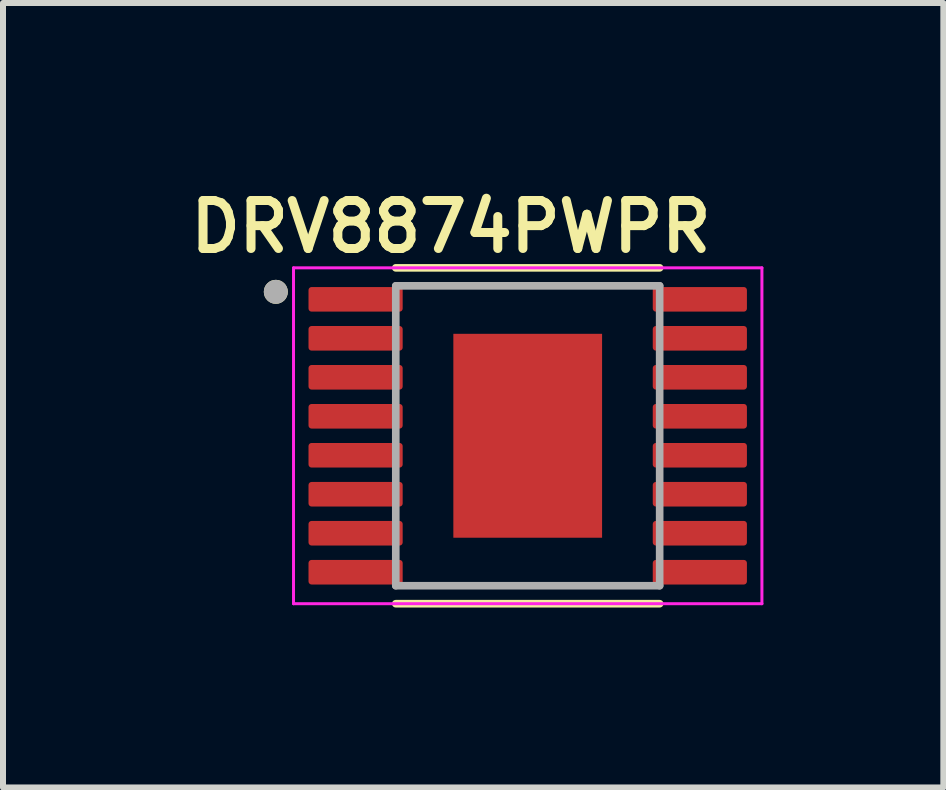
<source format=kicad_pcb>
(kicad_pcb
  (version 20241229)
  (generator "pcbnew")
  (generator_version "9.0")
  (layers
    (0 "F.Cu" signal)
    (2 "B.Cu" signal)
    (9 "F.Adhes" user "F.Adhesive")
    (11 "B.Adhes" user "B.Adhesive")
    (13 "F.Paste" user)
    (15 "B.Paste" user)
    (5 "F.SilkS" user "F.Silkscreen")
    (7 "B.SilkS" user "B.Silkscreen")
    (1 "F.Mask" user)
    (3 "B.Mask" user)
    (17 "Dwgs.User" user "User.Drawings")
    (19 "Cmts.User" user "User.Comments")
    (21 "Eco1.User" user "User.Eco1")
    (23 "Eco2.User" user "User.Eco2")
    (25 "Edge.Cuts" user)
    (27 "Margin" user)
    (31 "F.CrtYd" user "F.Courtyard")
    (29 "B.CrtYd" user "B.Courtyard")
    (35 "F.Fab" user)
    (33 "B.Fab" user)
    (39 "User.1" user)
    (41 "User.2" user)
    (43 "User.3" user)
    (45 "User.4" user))
  (footprint "DRV8874PWPR"
    (layer "F.Cu")
    (at 5.749 4.216)
    (property "Reference" "DRV8874PWPR" (at -1.28 -3.485 0) (layer "F.SilkS") (effects (font (size 0.8 0.8) (thickness 0.15))))
    (attr smd)
    (fp_line (start -2.2 -2.8) (end 2.2 -2.8) (stroke (width 0.127) (type solid)) (layer "F.SilkS"))
    (fp_line (start -2.2 2.8) (end 2.2 2.8) (stroke (width 0.127) (type solid)) (layer "F.SilkS"))
    (fp_circle (center -4.2 -2.4) (end -4.1 -2.4) (stroke (width 0.2) (type solid)) (fill no) (layer "F.SilkS"))
    (fp_poly (pts (xy -0.8 -1.075) (xy 0.8 -1.075) (xy 0.8 1.075) (xy -0.8 1.075)) (stroke (width 0.01) (type solid)) (fill yes) (layer "F.Paste"))
    (fp_line (start -3.905 -2.8) (end -3.905 2.8) (stroke (width 0.05) (type solid)) (layer "F.CrtYd"))
    (fp_line (start -3.905 -2.8) (end 3.905 -2.8) (stroke (width 0.05) (type solid)) (layer "F.CrtYd"))
    (fp_line (start -3.905 2.8) (end 3.905 2.8) (stroke (width 0.05) (type solid)) (layer "F.CrtYd"))
    (fp_line (start 3.905 -2.8) (end 3.905 2.8) (stroke (width 0.05) (type solid)) (layer "F.CrtYd"))
    (fp_line (start -2.2 -2.5) (end -2.2 2.5) (stroke (width 0.127) (type solid)) (layer "F.Fab"))
    (fp_line (start -2.2 -2.5) (end 2.2 -2.5) (stroke (width 0.127) (type solid)) (layer "F.Fab"))
    (fp_line (start -2.2 2.5) (end 2.2 2.5) (stroke (width 0.127) (type solid)) (layer "F.Fab"))
    (fp_line (start 2.2 -2.5) (end 2.2 2.5) (stroke (width 0.127) (type solid)) (layer "F.Fab"))
    (fp_circle (center -4.2 -2.4) (end -4.1 -2.4) (stroke (width 0.2) (type solid)) (fill no) (layer "F.Fab"))
    (pad "1" smd roundrect (at -2.87 -2.275) (size 1.57 0.41) (layers "F.Cu" "F.Mask" "F.Paste") (roundrect_rratio 0.125))
    (pad "2" smd roundrect (at -2.87 -1.625) (size 1.57 0.41) (layers "F.Cu" "F.Mask" "F.Paste") (roundrect_rratio 0.125))
    (pad "3" smd roundrect (at -2.87 -0.975) (size 1.57 0.41) (layers "F.Cu" "F.Mask" "F.Paste") (roundrect_rratio 0.125))
    (pad "4" smd roundrect (at -2.87 -0.325) (size 1.57 0.41) (layers "F.Cu" "F.Mask" "F.Paste") (roundrect_rratio 0.125))
    (pad "5" smd roundrect (at -2.87 0.325) (size 1.57 0.41) (layers "F.Cu" "F.Mask" "F.Paste") (roundrect_rratio 0.125))
    (pad "6" smd roundrect (at -2.87 0.975) (size 1.57 0.41) (layers "F.Cu" "F.Mask" "F.Paste") (roundrect_rratio 0.125))
    (pad "7" smd roundrect (at -2.87 1.625) (size 1.57 0.41) (layers "F.Cu" "F.Mask" "F.Paste") (roundrect_rratio 0.125))
    (pad "8" smd roundrect (at -2.87 2.275) (size 1.57 0.41) (layers "F.Cu" "F.Mask" "F.Paste") (roundrect_rratio 0.125))
    (pad "9" smd roundrect (at 2.87 2.275) (size 1.57 0.41) (layers "F.Cu" "F.Mask" "F.Paste") (roundrect_rratio 0.125))
    (pad "10" smd roundrect (at 2.87 1.625) (size 1.57 0.41) (layers "F.Cu" "F.Mask" "F.Paste") (roundrect_rratio 0.125))
    (pad "11" smd roundrect (at 2.87 0.975) (size 1.57 0.41) (layers "F.Cu" "F.Mask" "F.Paste") (roundrect_rratio 0.125))
    (pad "12" smd roundrect (at 2.87 0.325) (size 1.57 0.41) (layers "F.Cu" "F.Mask" "F.Paste") (roundrect_rratio 0.125))
    (pad "13" smd roundrect (at 2.87 -0.325) (size 1.57 0.41) (layers "F.Cu" "F.Mask" "F.Paste") (roundrect_rratio 0.125))
    (pad "14" smd roundrect (at 2.87 -0.975) (size 1.57 0.41) (layers "F.Cu" "F.Mask" "F.Paste") (roundrect_rratio 0.125))
    (pad "15" smd roundrect (at 2.87 -1.625) (size 1.57 0.41) (layers "F.Cu" "F.Mask" "F.Paste") (roundrect_rratio 0.125))
    (pad "16" smd roundrect (at 2.87 -2.275) (size 1.57 0.41) (layers "F.Cu" "F.Mask" "F.Paste") (roundrect_rratio 0.125))
    (pad "17" smd rect (at 0 0) (size 2.48 3.4) (layers "F.Cu" "F.Mask")))
  (gr_rect
    (start -3 -3)
    (end 12.679 10.08)
    (stroke (width 0.1) (type default))
    (fill no)
    (layer "Edge.Cuts")))
</source>
